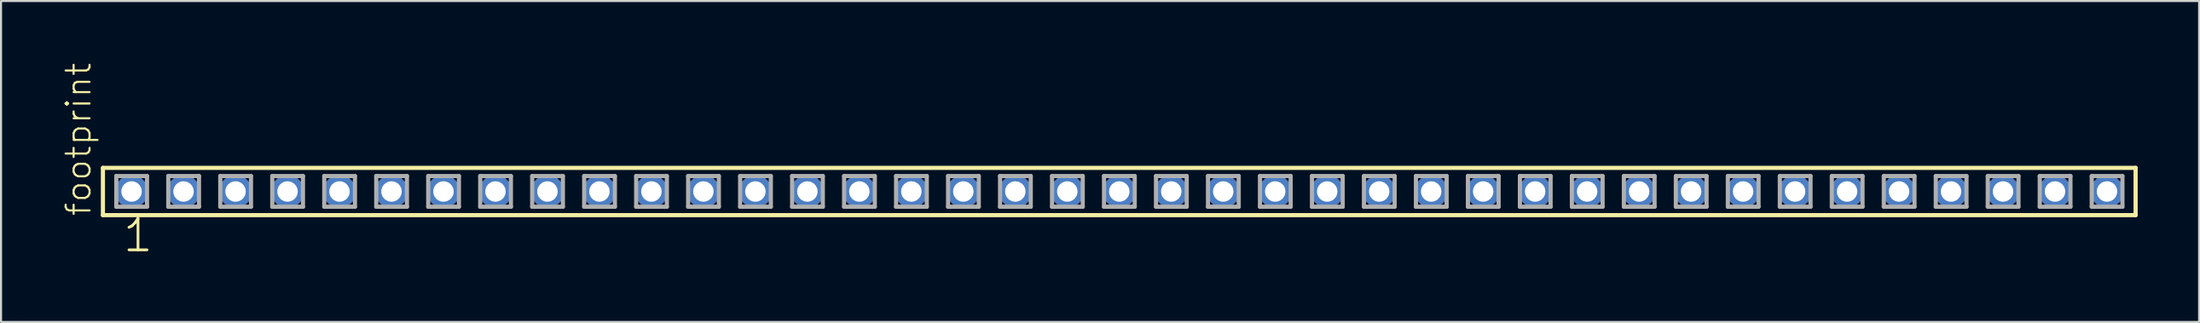
<source format=kicad_pcb>
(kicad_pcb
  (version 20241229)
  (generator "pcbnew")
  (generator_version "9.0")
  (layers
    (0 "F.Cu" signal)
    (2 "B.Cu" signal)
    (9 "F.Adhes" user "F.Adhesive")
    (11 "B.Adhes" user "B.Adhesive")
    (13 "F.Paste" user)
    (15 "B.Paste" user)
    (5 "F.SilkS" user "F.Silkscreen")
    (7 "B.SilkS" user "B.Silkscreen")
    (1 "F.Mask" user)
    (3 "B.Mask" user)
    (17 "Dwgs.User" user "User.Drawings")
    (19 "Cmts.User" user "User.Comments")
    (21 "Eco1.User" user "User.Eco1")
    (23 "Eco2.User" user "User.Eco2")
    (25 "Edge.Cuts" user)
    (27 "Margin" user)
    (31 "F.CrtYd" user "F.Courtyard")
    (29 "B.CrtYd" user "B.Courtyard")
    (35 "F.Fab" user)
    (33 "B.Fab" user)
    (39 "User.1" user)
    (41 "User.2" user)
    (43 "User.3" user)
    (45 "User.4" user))
  (footprint "footprint"
    (layer "F.Cu")
    (at 51.638 6.312)
    (property "Reference" "footprint" (at -50.165 1.27 90) (layer "F.SilkS") (effects (font (size 1.168 1.168) (thickness 0.102)) (justify left bottom)))
    (fp_line (start -49.659 -1.155) (end 49.659 -1.155) (stroke (width 0.203) (type solid)) (layer "F.SilkS"))
    (fp_line (start -49.659 1.155) (end -49.659 -1.155) (stroke (width 0.203) (type solid)) (layer "F.SilkS"))
    (fp_line (start 49.659 -1.155) (end 49.659 1.155) (stroke (width 0.203) (type solid)) (layer "F.SilkS"))
    (fp_line (start 49.659 1.155) (end -49.659 1.155) (stroke (width 0.203) (type solid)) (layer "F.SilkS"))
    (fp_line (start -49.005 -0.755) (end -47.505 -0.755) (stroke (width 0.203) (type solid)) (layer "F.Fab"))
    (fp_line (start -49.005 0.745) (end -49.005 -0.755) (stroke (width 0.203) (type solid)) (layer "F.Fab"))
    (fp_line (start -47.505 -0.755) (end -47.505 0.745) (stroke (width 0.203) (type solid)) (layer "F.Fab"))
    (fp_line (start -47.505 0.745) (end -49.005 0.745) (stroke (width 0.203) (type solid)) (layer "F.Fab"))
    (fp_line (start -46.465 -0.755) (end -44.965 -0.755) (stroke (width 0.203) (type solid)) (layer "F.Fab"))
    (fp_line (start -46.465 0.745) (end -46.465 -0.755) (stroke (width 0.203) (type solid)) (layer "F.Fab"))
    (fp_line (start -44.965 -0.755) (end -44.965 0.745) (stroke (width 0.203) (type solid)) (layer "F.Fab"))
    (fp_line (start -44.965 0.745) (end -46.465 0.745) (stroke (width 0.203) (type solid)) (layer "F.Fab"))
    (fp_line (start -43.925 -0.755) (end -42.425 -0.755) (stroke (width 0.203) (type solid)) (layer "F.Fab"))
    (fp_line (start -43.925 0.745) (end -43.925 -0.755) (stroke (width 0.203) (type solid)) (layer "F.Fab"))
    (fp_line (start -42.425 -0.755) (end -42.425 0.745) (stroke (width 0.203) (type solid)) (layer "F.Fab"))
    (fp_line (start -42.425 0.745) (end -43.925 0.745) (stroke (width 0.203) (type solid)) (layer "F.Fab"))
    (fp_line (start -41.385 -0.755) (end -39.885 -0.755) (stroke (width 0.203) (type solid)) (layer "F.Fab"))
    (fp_line (start -41.385 0.745) (end -41.385 -0.755) (stroke (width 0.203) (type solid)) (layer "F.Fab"))
    (fp_line (start -39.885 -0.755) (end -39.885 0.745) (stroke (width 0.203) (type solid)) (layer "F.Fab"))
    (fp_line (start -39.885 0.745) (end -41.385 0.745) (stroke (width 0.203) (type solid)) (layer "F.Fab"))
    (fp_line (start -38.845 -0.755) (end -37.345 -0.755) (stroke (width 0.203) (type solid)) (layer "F.Fab"))
    (fp_line (start -38.845 0.745) (end -38.845 -0.755) (stroke (width 0.203) (type solid)) (layer "F.Fab"))
    (fp_line (start -37.345 -0.755) (end -37.345 0.745) (stroke (width 0.203) (type solid)) (layer "F.Fab"))
    (fp_line (start -37.345 0.745) (end -38.845 0.745) (stroke (width 0.203) (type solid)) (layer "F.Fab"))
    (fp_line (start -36.305 -0.755) (end -34.805 -0.755) (stroke (width 0.203) (type solid)) (layer "F.Fab"))
    (fp_line (start -36.305 0.745) (end -36.305 -0.755) (stroke (width 0.203) (type solid)) (layer "F.Fab"))
    (fp_line (start -34.805 -0.755) (end -34.805 0.745) (stroke (width 0.203) (type solid)) (layer "F.Fab"))
    (fp_line (start -34.805 0.745) (end -36.305 0.745) (stroke (width 0.203) (type solid)) (layer "F.Fab"))
    (fp_line (start -33.765 -0.755) (end -32.265 -0.755) (stroke (width 0.203) (type solid)) (layer "F.Fab"))
    (fp_line (start -33.765 0.745) (end -33.765 -0.755) (stroke (width 0.203) (type solid)) (layer "F.Fab"))
    (fp_line (start -32.265 -0.755) (end -32.265 0.745) (stroke (width 0.203) (type solid)) (layer "F.Fab"))
    (fp_line (start -32.265 0.745) (end -33.765 0.745) (stroke (width 0.203) (type solid)) (layer "F.Fab"))
    (fp_line (start -31.225 -0.755) (end -29.725 -0.755) (stroke (width 0.203) (type solid)) (layer "F.Fab"))
    (fp_line (start -31.225 0.745) (end -31.225 -0.755) (stroke (width 0.203) (type solid)) (layer "F.Fab"))
    (fp_line (start -29.725 -0.755) (end -29.725 0.745) (stroke (width 0.203) (type solid)) (layer "F.Fab"))
    (fp_line (start -29.725 0.745) (end -31.225 0.745) (stroke (width 0.203) (type solid)) (layer "F.Fab"))
    (fp_line (start -28.685 -0.755) (end -27.185 -0.755) (stroke (width 0.203) (type solid)) (layer "F.Fab"))
    (fp_line (start -28.685 0.745) (end -28.685 -0.755) (stroke (width 0.203) (type solid)) (layer "F.Fab"))
    (fp_line (start -27.185 -0.755) (end -27.185 0.745) (stroke (width 0.203) (type solid)) (layer "F.Fab"))
    (fp_line (start -27.185 0.745) (end -28.685 0.745) (stroke (width 0.203) (type solid)) (layer "F.Fab"))
    (fp_line (start -26.145 -0.755) (end -24.645 -0.755) (stroke (width 0.203) (type solid)) (layer "F.Fab"))
    (fp_line (start -26.145 0.745) (end -26.145 -0.755) (stroke (width 0.203) (type solid)) (layer "F.Fab"))
    (fp_line (start -24.645 -0.755) (end -24.645 0.745) (stroke (width 0.203) (type solid)) (layer "F.Fab"))
    (fp_line (start -24.645 0.745) (end -26.145 0.745) (stroke (width 0.203) (type solid)) (layer "F.Fab"))
    (fp_line (start -23.605 -0.755) (end -22.105 -0.755) (stroke (width 0.203) (type solid)) (layer "F.Fab"))
    (fp_line (start -23.605 0.745) (end -23.605 -0.755) (stroke (width 0.203) (type solid)) (layer "F.Fab"))
    (fp_line (start -22.105 -0.755) (end -22.105 0.745) (stroke (width 0.203) (type solid)) (layer "F.Fab"))
    (fp_line (start -22.105 0.745) (end -23.605 0.745) (stroke (width 0.203) (type solid)) (layer "F.Fab"))
    (fp_line (start -21.065 -0.755) (end -19.565 -0.755) (stroke (width 0.203) (type solid)) (layer "F.Fab"))
    (fp_line (start -21.065 0.745) (end -21.065 -0.755) (stroke (width 0.203) (type solid)) (layer "F.Fab"))
    (fp_line (start -19.565 -0.755) (end -19.565 0.745) (stroke (width 0.203) (type solid)) (layer "F.Fab"))
    (fp_line (start -19.565 0.745) (end -21.065 0.745) (stroke (width 0.203) (type solid)) (layer "F.Fab"))
    (fp_line (start -18.525 -0.755) (end -17.025 -0.755) (stroke (width 0.203) (type solid)) (layer "F.Fab"))
    (fp_line (start -18.525 0.745) (end -18.525 -0.755) (stroke (width 0.203) (type solid)) (layer "F.Fab"))
    (fp_line (start -17.025 -0.755) (end -17.025 0.745) (stroke (width 0.203) (type solid)) (layer "F.Fab"))
    (fp_line (start -17.025 0.745) (end -18.525 0.745) (stroke (width 0.203) (type solid)) (layer "F.Fab"))
    (fp_line (start -15.985 -0.755) (end -14.485 -0.755) (stroke (width 0.203) (type solid)) (layer "F.Fab"))
    (fp_line (start -15.985 0.745) (end -15.985 -0.755) (stroke (width 0.203) (type solid)) (layer "F.Fab"))
    (fp_line (start -14.485 -0.755) (end -14.485 0.745) (stroke (width 0.203) (type solid)) (layer "F.Fab"))
    (fp_line (start -14.485 0.745) (end -15.985 0.745) (stroke (width 0.203) (type solid)) (layer "F.Fab"))
    (fp_line (start -13.445 -0.755) (end -11.945 -0.755) (stroke (width 0.203) (type solid)) (layer "F.Fab"))
    (fp_line (start -13.445 0.745) (end -13.445 -0.755) (stroke (width 0.203) (type solid)) (layer "F.Fab"))
    (fp_line (start -11.945 -0.755) (end -11.945 0.745) (stroke (width 0.203) (type solid)) (layer "F.Fab"))
    (fp_line (start -11.945 0.745) (end -13.445 0.745) (stroke (width 0.203) (type solid)) (layer "F.Fab"))
    (fp_line (start -10.905 -0.755) (end -9.405 -0.755) (stroke (width 0.203) (type solid)) (layer "F.Fab"))
    (fp_line (start -10.905 0.745) (end -10.905 -0.755) (stroke (width 0.203) (type solid)) (layer "F.Fab"))
    (fp_line (start -9.405 -0.755) (end -9.405 0.745) (stroke (width 0.203) (type solid)) (layer "F.Fab"))
    (fp_line (start -9.405 0.745) (end -10.905 0.745) (stroke (width 0.203) (type solid)) (layer "F.Fab"))
    (fp_line (start -8.365 -0.755) (end -6.865 -0.755) (stroke (width 0.203) (type solid)) (layer "F.Fab"))
    (fp_line (start -8.365 0.745) (end -8.365 -0.755) (stroke (width 0.203) (type solid)) (layer "F.Fab"))
    (fp_line (start -6.865 -0.755) (end -6.865 0.745) (stroke (width 0.203) (type solid)) (layer "F.Fab"))
    (fp_line (start -6.865 0.745) (end -8.365 0.745) (stroke (width 0.203) (type solid)) (layer "F.Fab"))
    (fp_line (start -5.825 -0.755) (end -4.325 -0.755) (stroke (width 0.203) (type solid)) (layer "F.Fab"))
    (fp_line (start -5.825 0.745) (end -5.825 -0.755) (stroke (width 0.203) (type solid)) (layer "F.Fab"))
    (fp_line (start -4.325 -0.755) (end -4.325 0.745) (stroke (width 0.203) (type solid)) (layer "F.Fab"))
    (fp_line (start -4.325 0.745) (end -5.825 0.745) (stroke (width 0.203) (type solid)) (layer "F.Fab"))
    (fp_line (start -3.285 -0.755) (end -1.785 -0.755) (stroke (width 0.203) (type solid)) (layer "F.Fab"))
    (fp_line (start -3.285 0.745) (end -3.285 -0.755) (stroke (width 0.203) (type solid)) (layer "F.Fab"))
    (fp_line (start -1.785 -0.755) (end -1.785 0.745) (stroke (width 0.203) (type solid)) (layer "F.Fab"))
    (fp_line (start -1.785 0.745) (end -3.285 0.745) (stroke (width 0.203) (type solid)) (layer "F.Fab"))
    (fp_line (start -0.745 -0.755) (end 0.755 -0.755) (stroke (width 0.203) (type solid)) (layer "F.Fab"))
    (fp_line (start -0.745 0.745) (end -0.745 -0.755) (stroke (width 0.203) (type solid)) (layer "F.Fab"))
    (fp_line (start 0.755 -0.755) (end 0.755 0.745) (stroke (width 0.203) (type solid)) (layer "F.Fab"))
    (fp_line (start 0.755 0.745) (end -0.745 0.745) (stroke (width 0.203) (type solid)) (layer "F.Fab"))
    (fp_line (start 1.795 -0.755) (end 3.295 -0.755) (stroke (width 0.203) (type solid)) (layer "F.Fab"))
    (fp_line (start 1.795 0.745) (end 1.795 -0.755) (stroke (width 0.203) (type solid)) (layer "F.Fab"))
    (fp_line (start 3.295 -0.755) (end 3.295 0.745) (stroke (width 0.203) (type solid)) (layer "F.Fab"))
    (fp_line (start 3.295 0.745) (end 1.795 0.745) (stroke (width 0.203) (type solid)) (layer "F.Fab"))
    (fp_line (start 4.335 -0.755) (end 5.835 -0.755) (stroke (width 0.203) (type solid)) (layer "F.Fab"))
    (fp_line (start 4.335 0.745) (end 4.335 -0.755) (stroke (width 0.203) (type solid)) (layer "F.Fab"))
    (fp_line (start 5.835 -0.755) (end 5.835 0.745) (stroke (width 0.203) (type solid)) (layer "F.Fab"))
    (fp_line (start 5.835 0.745) (end 4.335 0.745) (stroke (width 0.203) (type solid)) (layer "F.Fab"))
    (fp_line (start 6.875 -0.755) (end 8.375 -0.755) (stroke (width 0.203) (type solid)) (layer "F.Fab"))
    (fp_line (start 6.875 0.745) (end 6.875 -0.755) (stroke (width 0.203) (type solid)) (layer "F.Fab"))
    (fp_line (start 8.375 -0.755) (end 8.375 0.745) (stroke (width 0.203) (type solid)) (layer "F.Fab"))
    (fp_line (start 8.375 0.745) (end 6.875 0.745) (stroke (width 0.203) (type solid)) (layer "F.Fab"))
    (fp_line (start 9.415 -0.755) (end 10.915 -0.755) (stroke (width 0.203) (type solid)) (layer "F.Fab"))
    (fp_line (start 9.415 0.745) (end 9.415 -0.755) (stroke (width 0.203) (type solid)) (layer "F.Fab"))
    (fp_line (start 10.915 -0.755) (end 10.915 0.745) (stroke (width 0.203) (type solid)) (layer "F.Fab"))
    (fp_line (start 10.915 0.745) (end 9.415 0.745) (stroke (width 0.203) (type solid)) (layer "F.Fab"))
    (fp_line (start 11.955 -0.755) (end 13.455 -0.755) (stroke (width 0.203) (type solid)) (layer "F.Fab"))
    (fp_line (start 11.955 0.745) (end 11.955 -0.755) (stroke (width 0.203) (type solid)) (layer "F.Fab"))
    (fp_line (start 13.455 -0.755) (end 13.455 0.745) (stroke (width 0.203) (type solid)) (layer "F.Fab"))
    (fp_line (start 13.455 0.745) (end 11.955 0.745) (stroke (width 0.203) (type solid)) (layer "F.Fab"))
    (fp_line (start 14.495 -0.755) (end 15.995 -0.755) (stroke (width 0.203) (type solid)) (layer "F.Fab"))
    (fp_line (start 14.495 0.745) (end 14.495 -0.755) (stroke (width 0.203) (type solid)) (layer "F.Fab"))
    (fp_line (start 15.995 -0.755) (end 15.995 0.745) (stroke (width 0.203) (type solid)) (layer "F.Fab"))
    (fp_line (start 15.995 0.745) (end 14.495 0.745) (stroke (width 0.203) (type solid)) (layer "F.Fab"))
    (fp_line (start 17.035 -0.755) (end 18.535 -0.755) (stroke (width 0.203) (type solid)) (layer "F.Fab"))
    (fp_line (start 17.035 0.745) (end 17.035 -0.755) (stroke (width 0.203) (type solid)) (layer "F.Fab"))
    (fp_line (start 18.535 -0.755) (end 18.535 0.745) (stroke (width 0.203) (type solid)) (layer "F.Fab"))
    (fp_line (start 18.535 0.745) (end 17.035 0.745) (stroke (width 0.203) (type solid)) (layer "F.Fab"))
    (fp_line (start 19.575 -0.755) (end 21.075 -0.755) (stroke (width 0.203) (type solid)) (layer "F.Fab"))
    (fp_line (start 19.575 0.745) (end 19.575 -0.755) (stroke (width 0.203) (type solid)) (layer "F.Fab"))
    (fp_line (start 21.075 -0.755) (end 21.075 0.745) (stroke (width 0.203) (type solid)) (layer "F.Fab"))
    (fp_line (start 21.075 0.745) (end 19.575 0.745) (stroke (width 0.203) (type solid)) (layer "F.Fab"))
    (fp_line (start 22.115 -0.755) (end 23.615 -0.755) (stroke (width 0.203) (type solid)) (layer "F.Fab"))
    (fp_line (start 22.115 0.745) (end 22.115 -0.755) (stroke (width 0.203) (type solid)) (layer "F.Fab"))
    (fp_line (start 23.615 -0.755) (end 23.615 0.745) (stroke (width 0.203) (type solid)) (layer "F.Fab"))
    (fp_line (start 23.615 0.745) (end 22.115 0.745) (stroke (width 0.203) (type solid)) (layer "F.Fab"))
    (fp_line (start 24.655 -0.755) (end 26.155 -0.755) (stroke (width 0.203) (type solid)) (layer "F.Fab"))
    (fp_line (start 24.655 0.745) (end 24.655 -0.755) (stroke (width 0.203) (type solid)) (layer "F.Fab"))
    (fp_line (start 26.155 -0.755) (end 26.155 0.745) (stroke (width 0.203) (type solid)) (layer "F.Fab"))
    (fp_line (start 26.155 0.745) (end 24.655 0.745) (stroke (width 0.203) (type solid)) (layer "F.Fab"))
    (fp_line (start 27.195 -0.755) (end 28.695 -0.755) (stroke (width 0.203) (type solid)) (layer "F.Fab"))
    (fp_line (start 27.195 0.745) (end 27.195 -0.755) (stroke (width 0.203) (type solid)) (layer "F.Fab"))
    (fp_line (start 28.695 -0.755) (end 28.695 0.745) (stroke (width 0.203) (type solid)) (layer "F.Fab"))
    (fp_line (start 28.695 0.745) (end 27.195 0.745) (stroke (width 0.203) (type solid)) (layer "F.Fab"))
    (fp_line (start 29.735 -0.755) (end 31.235 -0.755) (stroke (width 0.203) (type solid)) (layer "F.Fab"))
    (fp_line (start 29.735 0.745) (end 29.735 -0.755) (stroke (width 0.203) (type solid)) (layer "F.Fab"))
    (fp_line (start 31.235 -0.755) (end 31.235 0.745) (stroke (width 0.203) (type solid)) (layer "F.Fab"))
    (fp_line (start 31.235 0.745) (end 29.735 0.745) (stroke (width 0.203) (type solid)) (layer "F.Fab"))
    (fp_line (start 32.275 -0.755) (end 33.775 -0.755) (stroke (width 0.203) (type solid)) (layer "F.Fab"))
    (fp_line (start 32.275 0.745) (end 32.275 -0.755) (stroke (width 0.203) (type solid)) (layer "F.Fab"))
    (fp_line (start 33.775 -0.755) (end 33.775 0.745) (stroke (width 0.203) (type solid)) (layer "F.Fab"))
    (fp_line (start 33.775 0.745) (end 32.275 0.745) (stroke (width 0.203) (type solid)) (layer "F.Fab"))
    (fp_line (start 34.815 -0.755) (end 36.315 -0.755) (stroke (width 0.203) (type solid)) (layer "F.Fab"))
    (fp_line (start 34.815 0.745) (end 34.815 -0.755) (stroke (width 0.203) (type solid)) (layer "F.Fab"))
    (fp_line (start 36.315 -0.755) (end 36.315 0.745) (stroke (width 0.203) (type solid)) (layer "F.Fab"))
    (fp_line (start 36.315 0.745) (end 34.815 0.745) (stroke (width 0.203) (type solid)) (layer "F.Fab"))
    (fp_line (start 37.355 -0.755) (end 38.855 -0.755) (stroke (width 0.203) (type solid)) (layer "F.Fab"))
    (fp_line (start 37.355 0.745) (end 37.355 -0.755) (stroke (width 0.203) (type solid)) (layer "F.Fab"))
    (fp_line (start 38.855 -0.755) (end 38.855 0.745) (stroke (width 0.203) (type solid)) (layer "F.Fab"))
    (fp_line (start 38.855 0.745) (end 37.355 0.745) (stroke (width 0.203) (type solid)) (layer "F.Fab"))
    (fp_line (start 39.895 -0.755) (end 41.395 -0.755) (stroke (width 0.203) (type solid)) (layer "F.Fab"))
    (fp_line (start 39.895 0.745) (end 39.895 -0.755) (stroke (width 0.203) (type solid)) (layer "F.Fab"))
    (fp_line (start 41.395 -0.755) (end 41.395 0.745) (stroke (width 0.203) (type solid)) (layer "F.Fab"))
    (fp_line (start 41.395 0.745) (end 39.895 0.745) (stroke (width 0.203) (type solid)) (layer "F.Fab"))
    (fp_line (start 42.435 -0.755) (end 43.935 -0.755) (stroke (width 0.203) (type solid)) (layer "F.Fab"))
    (fp_line (start 42.435 0.745) (end 42.435 -0.755) (stroke (width 0.203) (type solid)) (layer "F.Fab"))
    (fp_line (start 43.935 -0.755) (end 43.935 0.745) (stroke (width 0.203) (type solid)) (layer "F.Fab"))
    (fp_line (start 43.935 0.745) (end 42.435 0.745) (stroke (width 0.203) (type solid)) (layer "F.Fab"))
    (fp_line (start 44.975 -0.755) (end 46.475 -0.755) (stroke (width 0.203) (type solid)) (layer "F.Fab"))
    (fp_line (start 44.975 0.745) (end 44.975 -0.755) (stroke (width 0.203) (type solid)) (layer "F.Fab"))
    (fp_line (start 46.475 -0.755) (end 46.475 0.745) (stroke (width 0.203) (type solid)) (layer "F.Fab"))
    (fp_line (start 46.475 0.745) (end 44.975 0.745) (stroke (width 0.203) (type solid)) (layer "F.Fab"))
    (fp_line (start 47.515 -0.755) (end 49.015 -0.755) (stroke (width 0.203) (type solid)) (layer "F.Fab"))
    (fp_line (start 47.515 0.745) (end 47.515 -0.755) (stroke (width 0.203) (type solid)) (layer "F.Fab"))
    (fp_line (start 49.015 -0.755) (end 49.015 0.745) (stroke (width 0.203) (type solid)) (layer "F.Fab"))
    (fp_line (start 49.015 0.745) (end 47.515 0.745) (stroke (width 0.203) (type solid)) (layer "F.Fab"))
    (fp_text user "1" (at -48.768 3.048 0) (layer "F.SilkS") (effects (font (size 1.542 1.542) (thickness 0.134)) (justify left bottom)))
    (pad "1" thru_hole roundrect (at -48.26 0) (size 1.5 1.5) (drill 1) (layers "*.Cu" "*.Mask") (roundrect_rratio 0.25) (chamfer_ratio 0.25) (chamfer top_left top_right bottom_left bottom_right))
    (pad "2" thru_hole roundrect (at -45.72 0) (size 1.5 1.5) (drill 1) (layers "*.Cu" "*.Mask") (roundrect_rratio 0.25) (chamfer_ratio 0.25) (chamfer top_left top_right bottom_left bottom_right))
    (pad "3" thru_hole roundrect (at -43.18 0) (size 1.5 1.5) (drill 1) (layers "*.Cu" "*.Mask") (roundrect_rratio 0.25) (chamfer_ratio 0.25) (chamfer top_left top_right bottom_left bottom_right))
    (pad "4" thru_hole roundrect (at -40.64 0) (size 1.5 1.5) (drill 1) (layers "*.Cu" "*.Mask") (roundrect_rratio 0.25) (chamfer_ratio 0.25) (chamfer top_left top_right bottom_left bottom_right))
    (pad "5" thru_hole roundrect (at -38.1 0) (size 1.5 1.5) (drill 1) (layers "*.Cu" "*.Mask") (roundrect_rratio 0.25) (chamfer_ratio 0.25) (chamfer top_left top_right bottom_left bottom_right))
    (pad "6" thru_hole roundrect (at -35.56 0) (size 1.5 1.5) (drill 1) (layers "*.Cu" "*.Mask") (roundrect_rratio 0.25) (chamfer_ratio 0.25) (chamfer top_left top_right bottom_left bottom_right))
    (pad "7" thru_hole roundrect (at -33.02 0) (size 1.5 1.5) (drill 1) (layers "*.Cu" "*.Mask") (roundrect_rratio 0.25) (chamfer_ratio 0.25) (chamfer top_left top_right bottom_left bottom_right))
    (pad "8" thru_hole roundrect (at -30.48 0) (size 1.5 1.5) (drill 1) (layers "*.Cu" "*.Mask") (roundrect_rratio 0.25) (chamfer_ratio 0.25) (chamfer top_left top_right bottom_left bottom_right))
    (pad "9" thru_hole roundrect (at -27.94 0) (size 1.5 1.5) (drill 1) (layers "*.Cu" "*.Mask") (roundrect_rratio 0.25) (chamfer_ratio 0.25) (chamfer top_left top_right bottom_left bottom_right))
    (pad "10" thru_hole roundrect (at -25.4 0) (size 1.5 1.5) (drill 1) (layers "*.Cu" "*.Mask") (roundrect_rratio 0.25) (chamfer_ratio 0.25) (chamfer top_left top_right bottom_left bottom_right))
    (pad "11" thru_hole roundrect (at -22.86 0) (size 1.5 1.5) (drill 1) (layers "*.Cu" "*.Mask") (roundrect_rratio 0.25) (chamfer_ratio 0.25) (chamfer top_left top_right bottom_left bottom_right))
    (pad "12" thru_hole roundrect (at -20.32 0) (size 1.5 1.5) (drill 1) (layers "*.Cu" "*.Mask") (roundrect_rratio 0.25) (chamfer_ratio 0.25) (chamfer top_left top_right bottom_left bottom_right))
    (pad "13" thru_hole roundrect (at -17.78 0) (size 1.5 1.5) (drill 1) (layers "*.Cu" "*.Mask") (roundrect_rratio 0.25) (chamfer_ratio 0.25) (chamfer top_left top_right bottom_left bottom_right))
    (pad "14" thru_hole roundrect (at -15.24 0) (size 1.5 1.5) (drill 1) (layers "*.Cu" "*.Mask") (roundrect_rratio 0.25) (chamfer_ratio 0.25) (chamfer top_left top_right bottom_left bottom_right))
    (pad "15" thru_hole roundrect (at -12.7 0) (size 1.5 1.5) (drill 1) (layers "*.Cu" "*.Mask") (roundrect_rratio 0.25) (chamfer_ratio 0.25) (chamfer top_left top_right bottom_left bottom_right))
    (pad "16" thru_hole roundrect (at -10.16 0) (size 1.5 1.5) (drill 1) (layers "*.Cu" "*.Mask") (roundrect_rratio 0.25) (chamfer_ratio 0.25) (chamfer top_left top_right bottom_left bottom_right))
    (pad "17" thru_hole roundrect (at -7.62 0) (size 1.5 1.5) (drill 1) (layers "*.Cu" "*.Mask") (roundrect_rratio 0.25) (chamfer_ratio 0.25) (chamfer top_left top_right bottom_left bottom_right))
    (pad "18" thru_hole roundrect (at -5.08 0) (size 1.5 1.5) (drill 1) (layers "*.Cu" "*.Mask") (roundrect_rratio 0.25) (chamfer_ratio 0.25) (chamfer top_left top_right bottom_left bottom_right))
    (pad "19" thru_hole roundrect (at -2.54 0) (size 1.5 1.5) (drill 1) (layers "*.Cu" "*.Mask") (roundrect_rratio 0.25) (chamfer_ratio 0.25) (chamfer top_left top_right bottom_left bottom_right))
    (pad "20" thru_hole roundrect (at 0 0) (size 1.5 1.5) (drill 1) (layers "*.Cu" "*.Mask") (roundrect_rratio 0.25) (chamfer_ratio 0.25) (chamfer top_left top_right bottom_left bottom_right))
    (pad "21" thru_hole roundrect (at 2.54 0) (size 1.5 1.5) (drill 1) (layers "*.Cu" "*.Mask") (roundrect_rratio 0.25) (chamfer_ratio 0.25) (chamfer top_left top_right bottom_left bottom_right))
    (pad "22" thru_hole roundrect (at 5.08 0) (size 1.5 1.5) (drill 1) (layers "*.Cu" "*.Mask") (roundrect_rratio 0.25) (chamfer_ratio 0.25) (chamfer top_left top_right bottom_left bottom_right))
    (pad "23" thru_hole roundrect (at 7.62 0) (size 1.5 1.5) (drill 1) (layers "*.Cu" "*.Mask") (roundrect_rratio 0.25) (chamfer_ratio 0.25) (chamfer top_left top_right bottom_left bottom_right))
    (pad "24" thru_hole roundrect (at 10.16 0) (size 1.5 1.5) (drill 1) (layers "*.Cu" "*.Mask") (roundrect_rratio 0.25) (chamfer_ratio 0.25) (chamfer top_left top_right bottom_left bottom_right))
    (pad "25" thru_hole roundrect (at 12.7 0) (size 1.5 1.5) (drill 1) (layers "*.Cu" "*.Mask") (roundrect_rratio 0.25) (chamfer_ratio 0.25) (chamfer top_left top_right bottom_left bottom_right))
    (pad "26" thru_hole roundrect (at 15.24 0) (size 1.5 1.5) (drill 1) (layers "*.Cu" "*.Mask") (roundrect_rratio 0.25) (chamfer_ratio 0.25) (chamfer top_left top_right bottom_left bottom_right))
    (pad "27" thru_hole roundrect (at 17.78 0) (size 1.5 1.5) (drill 1) (layers "*.Cu" "*.Mask") (roundrect_rratio 0.25) (chamfer_ratio 0.25) (chamfer top_left top_right bottom_left bottom_right))
    (pad "28" thru_hole roundrect (at 20.32 0) (size 1.5 1.5) (drill 1) (layers "*.Cu" "*.Mask") (roundrect_rratio 0.25) (chamfer_ratio 0.25) (chamfer top_left top_right bottom_left bottom_right))
    (pad "29" thru_hole roundrect (at 22.86 0) (size 1.5 1.5) (drill 1) (layers "*.Cu" "*.Mask") (roundrect_rratio 0.25) (chamfer_ratio 0.25) (chamfer top_left top_right bottom_left bottom_right))
    (pad "30" thru_hole roundrect (at 25.4 0) (size 1.5 1.5) (drill 1) (layers "*.Cu" "*.Mask") (roundrect_rratio 0.25) (chamfer_ratio 0.25) (chamfer top_left top_right bottom_left bottom_right))
    (pad "31" thru_hole roundrect (at 27.94 0) (size 1.5 1.5) (drill 1) (layers "*.Cu" "*.Mask") (roundrect_rratio 0.25) (chamfer_ratio 0.25) (chamfer top_left top_right bottom_left bottom_right))
    (pad "32" thru_hole roundrect (at 30.48 0) (size 1.5 1.5) (drill 1) (layers "*.Cu" "*.Mask") (roundrect_rratio 0.25) (chamfer_ratio 0.25) (chamfer top_left top_right bottom_left bottom_right))
    (pad "33" thru_hole roundrect (at 33.02 0) (size 1.5 1.5) (drill 1) (layers "*.Cu" "*.Mask") (roundrect_rratio 0.25) (chamfer_ratio 0.25) (chamfer top_left top_right bottom_left bottom_right))
    (pad "34" thru_hole roundrect (at 35.56 0) (size 1.5 1.5) (drill 1) (layers "*.Cu" "*.Mask") (roundrect_rratio 0.25) (chamfer_ratio 0.25) (chamfer top_left top_right bottom_left bottom_right))
    (pad "35" thru_hole roundrect (at 38.1 0) (size 1.5 1.5) (drill 1) (layers "*.Cu" "*.Mask") (roundrect_rratio 0.25) (chamfer_ratio 0.25) (chamfer top_left top_right bottom_left bottom_right))
    (pad "36" thru_hole roundrect (at 40.64 0) (size 1.5 1.5) (drill 1) (layers "*.Cu" "*.Mask") (roundrect_rratio 0.25) (chamfer_ratio 0.25) (chamfer top_left top_right bottom_left bottom_right))
    (pad "37" thru_hole roundrect (at 43.18 0) (size 1.5 1.5) (drill 1) (layers "*.Cu" "*.Mask") (roundrect_rratio 0.25) (chamfer_ratio 0.25) (chamfer top_left top_right bottom_left bottom_right))
    (pad "38" thru_hole roundrect (at 45.72 0) (size 1.5 1.5) (drill 1) (layers "*.Cu" "*.Mask") (roundrect_rratio 0.25) (chamfer_ratio 0.25) (chamfer top_left top_right bottom_left bottom_right))
    (pad "39" thru_hole roundrect (at 48.26 0) (size 1.5 1.5) (drill 1) (layers "*.Cu" "*.Mask") (roundrect_rratio 0.25) (chamfer_ratio 0.25) (chamfer top_left top_right bottom_left bottom_right)))
  (gr_rect
    (start -3 -3)
    (end 104.399 12.691)
    (stroke (width 0.1) (type default))
    (fill no)
    (layer "Edge.Cuts")))
</source>
